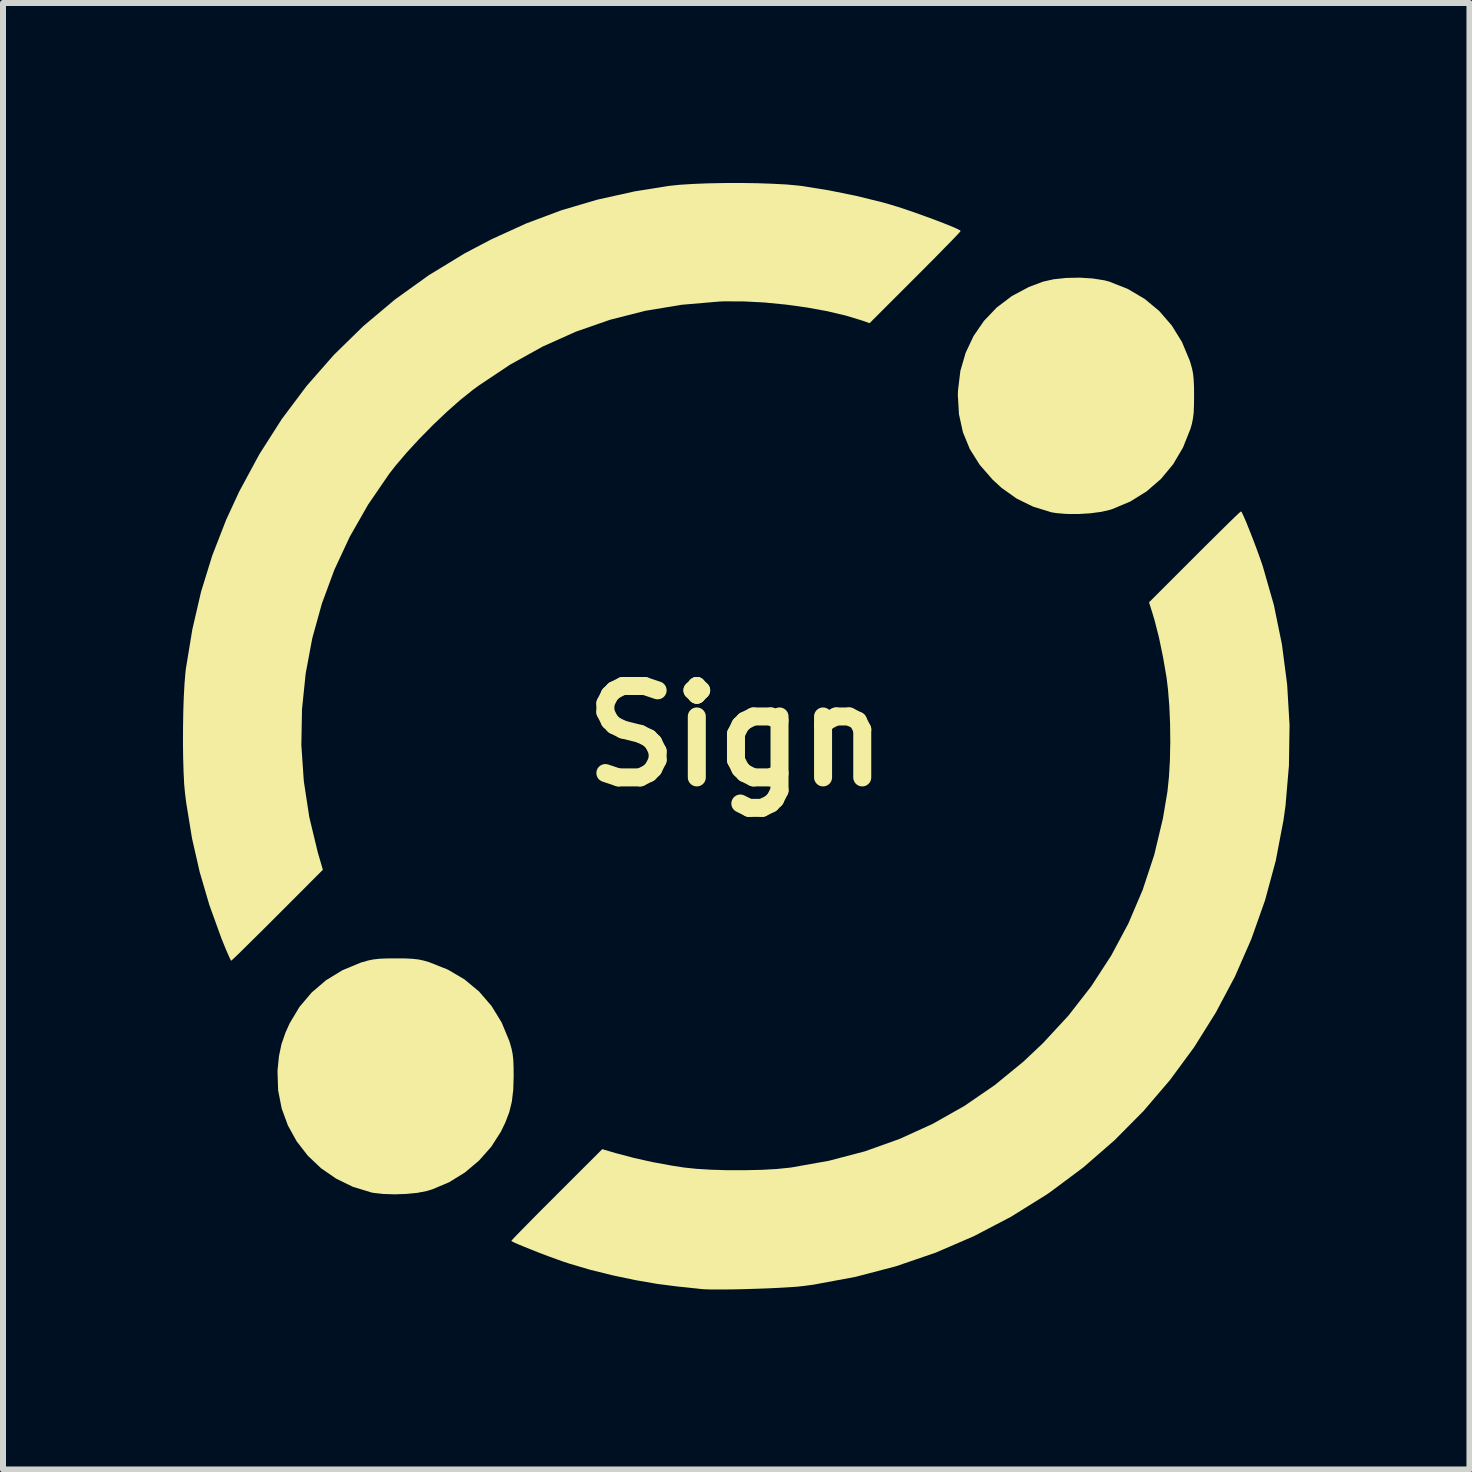
<source format=kicad_pcb>
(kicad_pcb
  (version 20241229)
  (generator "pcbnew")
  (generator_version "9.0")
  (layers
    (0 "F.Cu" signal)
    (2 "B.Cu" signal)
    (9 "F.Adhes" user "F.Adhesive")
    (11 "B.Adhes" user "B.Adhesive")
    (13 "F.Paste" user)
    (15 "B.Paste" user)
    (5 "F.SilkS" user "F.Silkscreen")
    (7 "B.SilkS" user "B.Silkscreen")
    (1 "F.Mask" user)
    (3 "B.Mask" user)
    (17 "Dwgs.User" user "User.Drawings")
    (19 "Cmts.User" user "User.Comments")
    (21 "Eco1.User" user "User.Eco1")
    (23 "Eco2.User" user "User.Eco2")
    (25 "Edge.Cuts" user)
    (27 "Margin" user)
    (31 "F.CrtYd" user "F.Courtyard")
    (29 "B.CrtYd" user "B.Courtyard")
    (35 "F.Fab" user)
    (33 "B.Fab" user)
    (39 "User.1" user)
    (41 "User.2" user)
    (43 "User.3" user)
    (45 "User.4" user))
  (footprint "Sign"
    (layer "F.Cu")
    (at 9.218 9.219)
    (property "Reference" "Sign" (at 0 0 0) (layer "F.SilkS") (effects (font (size 1.524 1.524) (thickness 0.3))))
    (attr board_only exclude_from_pos_files exclude_from_bom)
    (fp_poly (pts (xy 5.948 -7.627) (xy 6.143 -7.596) (xy 6.225 -7.574) (xy 6.534 -7.451) (xy 6.813 -7.286) (xy 7.057 -7.083) (xy 7.265 -6.842) (xy 7.434 -6.568) (xy 7.562 -6.261) (xy 7.574 -6.225) (xy 7.601 -6.13) (xy 7.619 -6.041) (xy 7.629 -5.941) (xy 7.635 -5.817) (xy 7.636 -5.671) (xy 7.634 -5.512) (xy 7.629 -5.39) (xy 7.617 -5.292) (xy 7.599 -5.203) (xy 7.574 -5.117) (xy 7.451 -4.809) (xy 7.287 -4.531) (xy 7.084 -4.286) (xy 6.844 -4.078) (xy 6.572 -3.909) (xy 6.269 -3.782) (xy 6.238 -3.772) (xy 6.088 -3.737) (xy 5.905 -3.713) (xy 5.708 -3.701) (xy 5.514 -3.702) (xy 5.342 -3.716) (xy 5.258 -3.73) (xy 4.955 -3.823) (xy 4.68 -3.957) (xy 4.428 -4.136) (xy 4.276 -4.276) (xy 4.062 -4.522) (xy 3.898 -4.783) (xy 3.783 -5.063) (xy 3.717 -5.362) (xy 3.698 -5.684) (xy 3.701 -5.763) (xy 3.74 -6.086) (xy 3.828 -6.388) (xy 3.96 -6.668) (xy 4.134 -6.921) (xy 4.347 -7.144) (xy 4.597 -7.333) (xy 4.881 -7.485) (xy 5.117 -7.574) (xy 5.295 -7.614) (xy 5.505 -7.636) (xy 5.729 -7.641)) (stroke (width 0) (type solid)) (fill yes) (layer "F.SilkS"))
    (fp_poly (pts (xy -5.512 3.707) (xy -5.391 3.713) (xy -5.293 3.724) (xy -5.205 3.743) (xy -5.118 3.768) (xy -4.805 3.892) (xy -4.526 4.056) (xy -4.282 4.259) (xy -4.075 4.499) (xy -3.907 4.773) (xy -3.779 5.081) (xy -3.768 5.117) (xy -3.741 5.211) (xy -3.723 5.301) (xy -3.712 5.4) (xy -3.707 5.525) (xy -3.706 5.671) (xy -3.713 5.899) (xy -3.736 6.093) (xy -3.779 6.269) (xy -3.846 6.444) (xy -3.919 6.595) (xy -4.08 6.847) (xy -4.283 7.076) (xy -4.519 7.275) (xy -4.781 7.437) (xy -5.06 7.555) (xy -5.156 7.584) (xy -5.309 7.614) (xy -5.493 7.632) (xy -5.688 7.639) (xy -5.877 7.633) (xy -6.04 7.615) (xy -6.08 7.607) (xy -6.385 7.514) (xy -6.666 7.377) (xy -6.918 7.203) (xy -7.138 6.994) (xy -7.323 6.755) (xy -7.469 6.491) (xy -7.573 6.207) (xy -7.632 5.905) (xy -7.642 5.591) (xy -7.641 5.566) (xy -7.618 5.336) (xy -7.576 5.135) (xy -7.509 4.942) (xy -7.439 4.787) (xy -7.276 4.515) (xy -7.073 4.275) (xy -6.833 4.07) (xy -6.559 3.903) (xy -6.256 3.777) (xy -6.225 3.768) (xy -6.13 3.741) (xy -6.041 3.723) (xy -5.941 3.712) (xy -5.817 3.707) (xy -5.671 3.706)) (stroke (width 0) (type solid)) (fill yes) (layer "F.SilkS"))
    (fp_poly (pts (xy 0.353 -9.215) (xy 0.611 -9.206) (xy 0.842 -9.194) (xy 1.036 -9.176) (xy 1.095 -9.169) (xy 1.55 -9.096) (xy 2.004 -9.004) (xy 2.435 -8.898) (xy 2.556 -8.864) (xy 2.687 -8.824) (xy 2.835 -8.776) (xy 2.994 -8.721) (xy 3.155 -8.663) (xy 3.311 -8.606) (xy 3.454 -8.551) (xy 3.577 -8.502) (xy 3.672 -8.461) (xy 3.73 -8.432) (xy 3.745 -8.418) (xy 3.727 -8.397) (xy 3.676 -8.341) (xy 3.595 -8.257) (xy 3.488 -8.148) (xy 3.36 -8.017) (xy 3.214 -7.87) (xy 3.054 -7.709) (xy 2.986 -7.641) (xy 2.227 -6.882) (xy 2.109 -6.924) (xy 1.837 -7.007) (xy 1.525 -7.081) (xy 1.186 -7.143) (xy 0.831 -7.192) (xy 0.474 -7.227) (xy 0.127 -7.245) (xy -0.199 -7.246) (xy -0.273 -7.243) (xy -0.904 -7.189) (xy -1.513 -7.088) (xy -2.102 -6.938) (xy -2.673 -6.739) (xy -3.227 -6.49) (xy -3.765 -6.191) (xy -4.288 -5.842) (xy -4.392 -5.766) (xy -4.596 -5.602) (xy -4.819 -5.405) (xy -5.049 -5.187) (xy -5.276 -4.956) (xy -5.488 -4.726) (xy -5.676 -4.505) (xy -5.78 -4.372) (xy -6.132 -3.858) (xy -6.437 -3.324) (xy -6.694 -2.773) (xy -6.903 -2.207) (xy -7.063 -1.629) (xy -7.173 -1.041) (xy -7.234 -0.447) (xy -7.245 0.151) (xy -7.204 0.751) (xy -7.113 1.349) (xy -6.97 1.943) (xy -6.952 2.005) (xy -6.886 2.229) (xy -7.643 2.987) (xy -7.807 3.151) (xy -7.96 3.303) (xy -8.098 3.439) (xy -8.215 3.555) (xy -8.309 3.647) (xy -8.376 3.711) (xy -8.411 3.742) (xy -8.415 3.745) (xy -8.429 3.722) (xy -8.458 3.658) (xy -8.5 3.562) (xy -8.549 3.442) (xy -8.578 3.37) (xy -8.778 2.817) (xy -8.939 2.268) (xy -9.067 1.707) (xy -9.163 1.119) (xy -9.183 0.963) (xy -9.198 0.803) (xy -9.208 0.601) (xy -9.215 0.369) (xy -9.218 0.118) (xy -9.217 -0.143) (xy -9.213 -0.4) (xy -9.205 -0.644) (xy -9.193 -0.864) (xy -9.178 -1.048) (xy -9.17 -1.121) (xy -9.062 -1.777) (xy -8.917 -2.404) (xy -8.73 -3.009) (xy -8.499 -3.603) (xy -8.281 -4.075) (xy -7.945 -4.697) (xy -7.57 -5.285) (xy -7.155 -5.838) (xy -6.702 -6.354) (xy -6.211 -6.834) (xy -5.684 -7.277) (xy -5.121 -7.681) (xy -4.524 -8.045) (xy -4.075 -8.281) (xy -3.495 -8.545) (xy -2.91 -8.764) (xy -2.311 -8.941) (xy -1.689 -9.079) (xy -1.121 -9.17) (xy -0.94 -9.189) (xy -0.718 -9.203) (xy -0.466 -9.213) (xy -0.197 -9.218) (xy 0.08 -9.219)) (stroke (width 0) (type solid)) (fill yes) (layer "F.SilkS"))
    (fp_poly (pts (xy 8.435 -3.722) (xy 8.465 -3.657) (xy 8.507 -3.56) (xy 8.556 -3.438) (xy 8.61 -3.301) (xy 8.665 -3.156) (xy 8.718 -3.012) (xy 8.765 -2.878) (xy 8.784 -2.82) (xy 8.966 -2.184) (xy 9.1 -1.529) (xy 9.187 -0.86) (xy 9.227 -0.185) (xy 9.217 0.49) (xy 9.16 1.16) (xy 9.126 1.403) (xy 8.997 2.079) (xy 8.818 2.74) (xy 8.59 3.384) (xy 8.317 4.008) (xy 7.998 4.609) (xy 7.637 5.186) (xy 7.234 5.734) (xy 6.79 6.253) (xy 6.309 6.738) (xy 5.791 7.189) (xy 5.237 7.602) (xy 5.176 7.644) (xy 4.582 8.014) (xy 3.966 8.336) (xy 3.329 8.611) (xy 2.67 8.837) (xy 1.991 9.015) (xy 1.29 9.145) (xy 1.134 9.166) (xy 1.026 9.178) (xy 0.881 9.188) (xy 0.707 9.198) (xy 0.514 9.207) (xy 0.311 9.214) (xy 0.108 9.22) (xy -0.088 9.224) (xy -0.266 9.225) (xy -0.417 9.225) (xy -0.532 9.221) (xy -0.593 9.216) (xy -0.652 9.209) (xy -0.749 9.199) (xy -0.868 9.186) (xy -0.963 9.177) (xy -1.306 9.133) (xy -1.677 9.069) (xy -2.057 8.989) (xy -2.428 8.897) (xy -2.771 8.796) (xy -2.875 8.762) (xy -2.995 8.719) (xy -3.13 8.67) (xy -3.27 8.617) (xy -3.406 8.563) (xy -3.531 8.513) (xy -3.634 8.47) (xy -3.708 8.437) (xy -3.744 8.417) (xy -3.745 8.415) (xy -3.727 8.394) (xy -3.676 8.339) (xy -3.595 8.256) (xy -3.488 8.147) (xy -3.36 8.017) (xy -3.214 7.87) (xy -3.054 7.71) (xy -2.987 7.643) (xy -2.229 6.886) (xy -2.005 6.952) (xy -1.715 7.029) (xy -1.395 7.101) (xy -1.067 7.161) (xy -0.868 7.192) (xy -0.657 7.214) (xy -0.408 7.229) (xy -0.136 7.237) (xy 0.145 7.237) (xy 0.42 7.231) (xy 0.674 7.217) (xy 0.893 7.195) (xy 0.923 7.191) (xy 1.548 7.08) (xy 2.149 6.922) (xy 2.726 6.716) (xy 3.279 6.464) (xy 3.808 6.165) (xy 4.312 5.819) (xy 4.791 5.427) (xy 5.118 5.118) (xy 5.543 4.658) (xy 5.922 4.171) (xy 6.254 3.66) (xy 6.54 3.125) (xy 6.779 2.564) (xy 6.972 1.98) (xy 7.117 1.371) (xy 7.192 0.923) (xy 7.217 0.681) (xy 7.233 0.403) (xy 7.239 0.103) (xy 7.236 -0.204) (xy 7.223 -0.502) (xy 7.201 -0.777) (xy 7.177 -0.976) (xy 7.118 -1.317) (xy 7.051 -1.64) (xy 6.977 -1.931) (xy 6.939 -2.057) (xy 6.885 -2.229) (xy 7.643 -2.987) (xy 7.807 -3.151) (xy 7.961 -3.303) (xy 8.098 -3.439) (xy 8.216 -3.555) (xy 8.311 -3.647) (xy 8.378 -3.711) (xy 8.414 -3.742) (xy 8.418 -3.745)) (stroke (width 0) (type solid)) (fill yes) (layer "F.SilkS")))
  (gr_rect
    (start -3 -3)
    (end 21.444 21.444)
    (stroke (width 0.1) (type default))
    (fill no)
    (layer "Edge.Cuts")))
</source>
